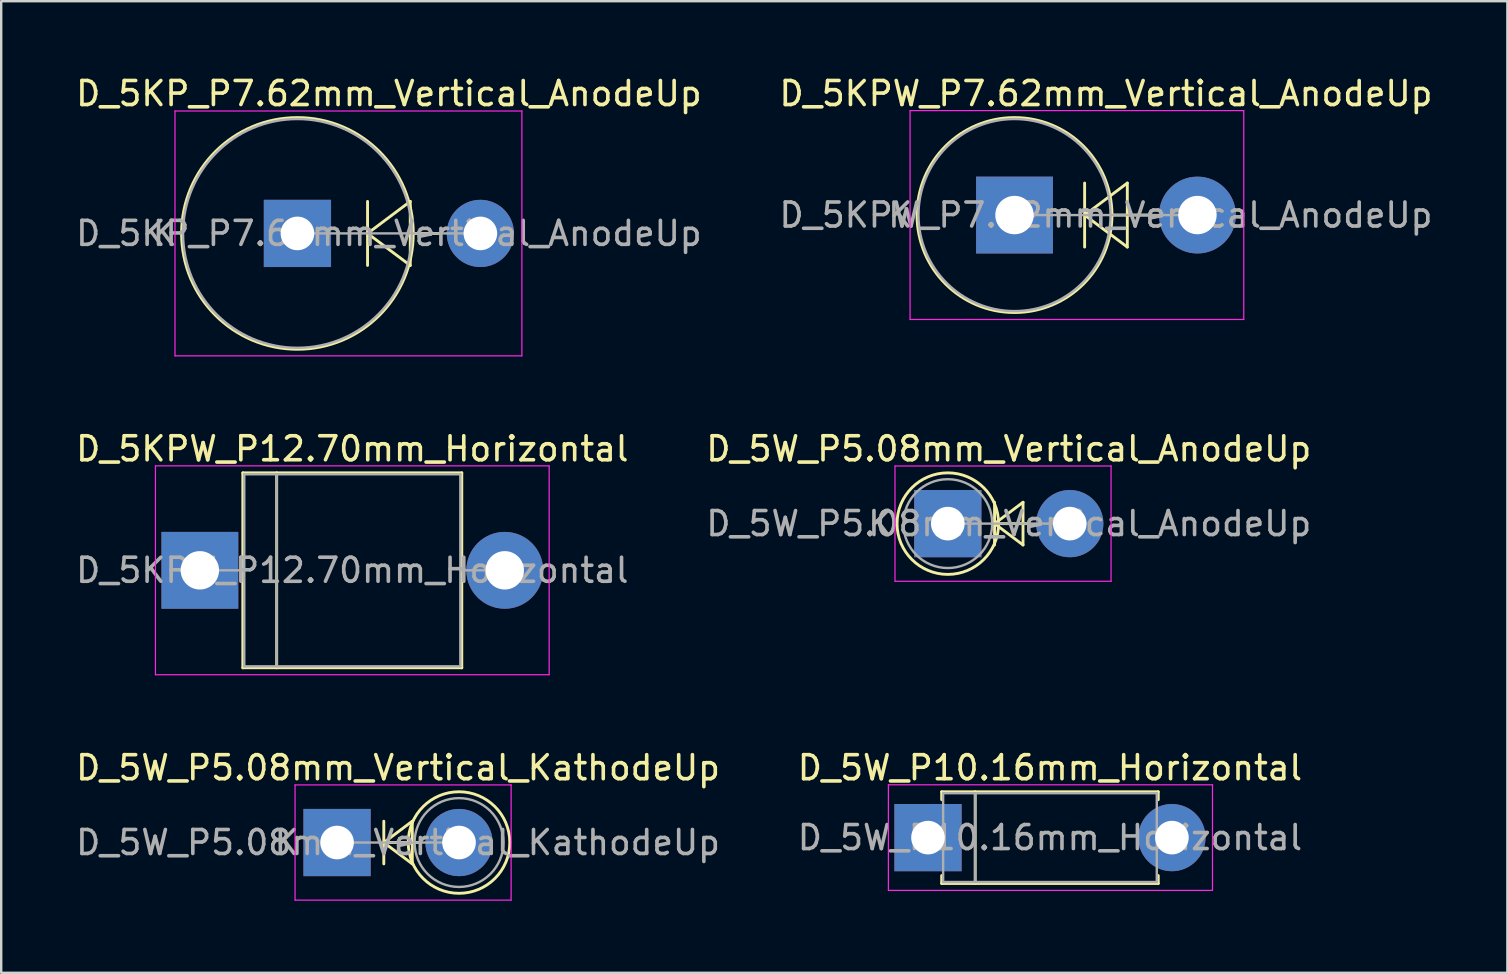
<source format=kicad_pcb>
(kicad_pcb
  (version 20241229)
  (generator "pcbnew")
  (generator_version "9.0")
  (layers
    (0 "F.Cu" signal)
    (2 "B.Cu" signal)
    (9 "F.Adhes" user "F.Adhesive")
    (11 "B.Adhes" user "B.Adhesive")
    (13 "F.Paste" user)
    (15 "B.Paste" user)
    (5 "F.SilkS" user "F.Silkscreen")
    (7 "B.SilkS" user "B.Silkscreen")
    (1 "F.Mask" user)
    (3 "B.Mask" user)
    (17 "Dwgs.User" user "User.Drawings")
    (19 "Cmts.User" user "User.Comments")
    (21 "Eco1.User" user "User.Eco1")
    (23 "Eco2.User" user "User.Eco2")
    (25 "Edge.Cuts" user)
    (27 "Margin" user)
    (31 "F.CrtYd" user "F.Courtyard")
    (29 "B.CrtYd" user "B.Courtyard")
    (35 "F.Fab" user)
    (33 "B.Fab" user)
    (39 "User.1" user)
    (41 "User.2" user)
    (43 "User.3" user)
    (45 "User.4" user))
  (footprint "D_5KPW_P12.70mm_Horizontal"
    (layer "F.Cu")
    (at 5.275 20.706)
    (property "Reference" "D_5KPW_P12.70mm_Horizontal" (at 6.35 -5.06 0) (layer "F.SilkS") (effects (font (size 1 1) (thickness 0.15))))
    (attr through_hole)
    (fp_line (start 1.78 0) (end 1.79 0) (stroke (width 0.12) (type solid)) (layer "F.SilkS"))
    (fp_line (start 1.79 -4.06) (end 1.79 4.06) (stroke (width 0.12) (type solid)) (layer "F.SilkS"))
    (fp_line (start 1.79 4.06) (end 10.91 4.06) (stroke (width 0.12) (type solid)) (layer "F.SilkS"))
    (fp_line (start 3.2 -4.06) (end 3.2 4.06) (stroke (width 0.12) (type solid)) (layer "F.SilkS"))
    (fp_line (start 10.91 -4.06) (end 1.79 -4.06) (stroke (width 0.12) (type solid)) (layer "F.SilkS"))
    (fp_line (start 10.91 4.06) (end 10.91 -4.06) (stroke (width 0.12) (type solid)) (layer "F.SilkS"))
    (fp_line (start 10.92 0) (end 10.91 0) (stroke (width 0.12) (type solid)) (layer "F.SilkS"))
    (fp_line (start -1.85 -4.35) (end -1.85 4.35) (stroke (width 0.05) (type solid)) (layer "F.CrtYd"))
    (fp_line (start -1.85 4.35) (end 14.55 4.35) (stroke (width 0.05) (type solid)) (layer "F.CrtYd"))
    (fp_line (start 14.55 -4.35) (end -1.85 -4.35) (stroke (width 0.05) (type solid)) (layer "F.CrtYd"))
    (fp_line (start 14.55 4.35) (end 14.55 -4.35) (stroke (width 0.05) (type solid)) (layer "F.CrtYd"))
    (fp_line (start 0 0) (end 1.85 0) (stroke (width 0.1) (type solid)) (layer "F.Fab"))
    (fp_line (start 1.85 -4) (end 1.85 4) (stroke (width 0.1) (type solid)) (layer "F.Fab"))
    (fp_line (start 1.85 4) (end 10.85 4) (stroke (width 0.1) (type solid)) (layer "F.Fab"))
    (fp_line (start 3.2 -4) (end 3.2 4) (stroke (width 0.1) (type solid)) (layer "F.Fab"))
    (fp_line (start 10.85 -4) (end 1.85 -4) (stroke (width 0.1) (type solid)) (layer "F.Fab"))
    (fp_line (start 10.85 4) (end 10.85 -4) (stroke (width 0.1) (type solid)) (layer "F.Fab"))
    (fp_line (start 12.7 0) (end 10.85 0) (stroke (width 0.1) (type solid)) (layer "F.Fab"))
    (fp_text user "${REFERENCE}" (at 6.35 0 0) (layer "F.Fab") (effects (font (size 1 1) (thickness 0.15))))
    (pad "1" thru_hole rect (at 0 0) (size 3.2 3.2) (drill 1.6) (layers "*.Cu" "*.Mask"))
    (pad "2" thru_hole oval (at 12.7 0) (size 3.2 3.2) (drill 1.6) (layers "*.Cu" "*.Mask")))
  (footprint "D_5W_P10.16mm_Horizontal"
    (layer "F.Cu")
    (at 35.605 31.84)
    (property "Reference" "D_5W_P10.16mm_Horizontal" (at 5.08 -2.91 0) (layer "F.SilkS") (effects (font (size 1 1) (thickness 0.15))))
    (attr through_hole)
    (fp_line (start 0.57 -1.91) (end 9.59 -1.91) (stroke (width 0.12) (type solid)) (layer "F.SilkS"))
    (fp_line (start 0.57 -1.58) (end 0.57 -1.91) (stroke (width 0.12) (type solid)) (layer "F.SilkS"))
    (fp_line (start 0.57 1.58) (end 0.57 1.91) (stroke (width 0.12) (type solid)) (layer "F.SilkS"))
    (fp_line (start 0.57 1.91) (end 9.59 1.91) (stroke (width 0.12) (type solid)) (layer "F.SilkS"))
    (fp_line (start 1.965 -1.91) (end 1.965 1.91) (stroke (width 0.12) (type solid)) (layer "F.SilkS"))
    (fp_line (start 9.59 -1.91) (end 9.59 -1.58) (stroke (width 0.12) (type solid)) (layer "F.SilkS"))
    (fp_line (start 9.59 1.91) (end 9.59 1.58) (stroke (width 0.12) (type solid)) (layer "F.SilkS"))
    (fp_line (start -1.65 -2.2) (end -1.65 2.2) (stroke (width 0.05) (type solid)) (layer "F.CrtYd"))
    (fp_line (start -1.65 2.2) (end 11.85 2.2) (stroke (width 0.05) (type solid)) (layer "F.CrtYd"))
    (fp_line (start 11.85 -2.2) (end -1.65 -2.2) (stroke (width 0.05) (type solid)) (layer "F.CrtYd"))
    (fp_line (start 11.85 2.2) (end 11.85 -2.2) (stroke (width 0.05) (type solid)) (layer "F.CrtYd"))
    (fp_line (start 0 0) (end 0.63 0) (stroke (width 0.1) (type solid)) (layer "F.Fab"))
    (fp_line (start 0.63 -1.85) (end 0.63 1.85) (stroke (width 0.1) (type solid)) (layer "F.Fab"))
    (fp_line (start 0.63 1.85) (end 9.53 1.85) (stroke (width 0.1) (type solid)) (layer "F.Fab"))
    (fp_line (start 1.965 -1.85) (end 1.965 1.85) (stroke (width 0.1) (type solid)) (layer "F.Fab"))
    (fp_line (start 9.53 -1.85) (end 0.63 -1.85) (stroke (width 0.1) (type solid)) (layer "F.Fab"))
    (fp_line (start 9.53 1.85) (end 9.53 -1.85) (stroke (width 0.1) (type solid)) (layer "F.Fab"))
    (fp_line (start 10.16 0) (end 9.53 0) (stroke (width 0.1) (type solid)) (layer "F.Fab"))
    (fp_text user "${REFERENCE}" (at 5.08 0 0) (layer "F.Fab") (effects (font (size 1 1) (thickness 0.15))))
    (pad "1" thru_hole rect (at 0 0) (size 2.8 2.8) (drill 1.4) (layers "*.Cu" "*.Mask"))
    (pad "2" thru_hole oval (at 10.16 0) (size 2.8 2.8) (drill 1.4) (layers "*.Cu" "*.Mask")))
  (footprint "D_5KP_P7.62mm_Vertical_AnodeUp"
    (layer "F.Cu")
    (at 9.339 6.673)
    (property "Reference" "D_5KP_P7.62mm_Vertical_AnodeUp" (at 3.81 -5.825 0) (layer "F.SilkS") (effects (font (size 1 1) (thickness 0.15))))
    (attr through_hole)
    (fp_line (start 2.921 -1.333) (end 2.921 1.333) (stroke (width 0.12) (type solid)) (layer "F.SilkS"))
    (fp_line (start 2.921 0) (end 4.699 -1.333) (stroke (width 0.12) (type solid)) (layer "F.SilkS"))
    (fp_line (start 4.699 -1.333) (end 4.699 1.333) (stroke (width 0.12) (type solid)) (layer "F.SilkS"))
    (fp_line (start 4.699 1.333) (end 2.921 0) (stroke (width 0.12) (type solid)) (layer "F.SilkS"))
    (fp_line (start 4.825 0) (end 5.92 0) (stroke (width 0.12) (type solid)) (layer "F.SilkS"))
    (fp_circle (center 0 0) (end 4.825 0) (stroke (width 0.12) (type solid)) (fill no) (layer "F.SilkS"))
    (fp_line (start -5.1 -5.1) (end -5.1 5.1) (stroke (width 0.05) (type solid)) (layer "F.CrtYd"))
    (fp_line (start -5.1 5.1) (end 9.35 5.1) (stroke (width 0.05) (type solid)) (layer "F.CrtYd"))
    (fp_line (start 9.35 -5.1) (end -5.1 -5.1) (stroke (width 0.05) (type solid)) (layer "F.CrtYd"))
    (fp_line (start 9.35 5.1) (end 9.35 -5.1) (stroke (width 0.05) (type solid)) (layer "F.CrtYd"))
    (fp_line (start 0 0) (end 7.62 0) (stroke (width 0.1) (type solid)) (layer "F.Fab"))
    (fp_circle (center 0 0) (end 4.765 0) (stroke (width 0.1) (type solid)) (fill no) (layer "F.Fab"))
    (fp_text user "${REFERENCE}" (at 3.81 0 0) (layer "F.Fab") (effects (font (size 1 1) (thickness 0.15))))
    (fp_text user "K" (at -5.525 0 0) (layer "F.Fab") (effects (font (size 1 1) (thickness 0.15))))
    (pad "1" thru_hole rect (at 0 0) (size 2.8 2.8) (drill 1.4) (layers "*.Cu" "*.Mask"))
    (pad "2" thru_hole oval (at 7.62 0) (size 2.8 2.8) (drill 1.4) (layers "*.Cu" "*.Mask")))
  (footprint "D_5KPW_P7.62mm_Vertical_AnodeUp"
    (layer "F.Cu")
    (at 39.208 5.908)
    (property "Reference" "D_5KPW_P7.62mm_Vertical_AnodeUp" (at 3.81 -5.06 0) (layer "F.SilkS") (effects (font (size 1 1) (thickness 0.15))))
    (attr through_hole)
    (fp_line (start 2.921 -1.333) (end 2.921 1.333) (stroke (width 0.12) (type solid)) (layer "F.SilkS"))
    (fp_line (start 2.921 0) (end 4.699 -1.333) (stroke (width 0.12) (type solid)) (layer "F.SilkS"))
    (fp_line (start 4.06 0) (end 5.72 0) (stroke (width 0.12) (type solid)) (layer "F.SilkS"))
    (fp_line (start 4.699 -1.333) (end 4.699 1.333) (stroke (width 0.12) (type solid)) (layer "F.SilkS"))
    (fp_line (start 4.699 1.333) (end 2.921 0) (stroke (width 0.12) (type solid)) (layer "F.SilkS"))
    (fp_circle (center 0 0) (end 4.06 0) (stroke (width 0.12) (type solid)) (fill no) (layer "F.SilkS"))
    (fp_line (start -4.35 -4.35) (end -4.35 4.35) (stroke (width 0.05) (type solid)) (layer "F.CrtYd"))
    (fp_line (start -4.35 4.35) (end 9.55 4.35) (stroke (width 0.05) (type solid)) (layer "F.CrtYd"))
    (fp_line (start 9.55 -4.35) (end -4.35 -4.35) (stroke (width 0.05) (type solid)) (layer "F.CrtYd"))
    (fp_line (start 9.55 4.35) (end 9.55 -4.35) (stroke (width 0.05) (type solid)) (layer "F.CrtYd"))
    (fp_line (start 0 0) (end 7.62 0) (stroke (width 0.1) (type solid)) (layer "F.Fab"))
    (fp_circle (center 0 0) (end 4 0) (stroke (width 0.1) (type solid)) (fill no) (layer "F.Fab"))
    (fp_text user "K" (at -4.76 0 0) (layer "F.Fab") (effects (font (size 1 1) (thickness 0.15))))
    (fp_text user "${REFERENCE}" (at 3.81 0 0) (layer "F.Fab") (effects (font (size 1 1) (thickness 0.15))))
    (pad "1" thru_hole rect (at 0 0) (size 3.2 3.2) (drill 1.6) (layers "*.Cu" "*.Mask"))
    (pad "2" thru_hole oval (at 7.62 0) (size 3.2 3.2) (drill 1.6) (layers "*.Cu" "*.Mask")))
  (footprint "D_5W_P5.08mm_Vertical_KathodeUp"
    (layer "F.Cu")
    (at 10.99 32.045)
    (property "Reference" "D_5W_P5.08mm_Vertical_KathodeUp" (at 2.54 -3.115 0) (layer "F.SilkS") (effects (font (size 1 1) (thickness 0.15))))
    (attr through_hole)
    (fp_line (start 1.947 -0.889) (end 1.947 0.889) (stroke (width 0.12) (type solid)) (layer "F.SilkS"))
    (fp_line (start 1.947 0) (end 3.133 -0.889) (stroke (width 0.12) (type solid)) (layer "F.SilkS"))
    (fp_line (start 2.115 0) (end 3.38 0) (stroke (width 0.12) (type solid)) (layer "F.SilkS"))
    (fp_line (start 3.133 -0.889) (end 3.133 0.889) (stroke (width 0.12) (type solid)) (layer "F.SilkS"))
    (fp_line (start 3.133 0.889) (end 1.947 0) (stroke (width 0.12) (type solid)) (layer "F.SilkS"))
    (fp_circle (center 5.08 0) (end 7.195 0) (stroke (width 0.12) (type solid)) (fill no) (layer "F.SilkS"))
    (fp_line (start -1.75 -2.4) (end -1.75 2.4) (stroke (width 0.05) (type solid)) (layer "F.CrtYd"))
    (fp_line (start -1.75 2.4) (end 7.25 2.4) (stroke (width 0.05) (type solid)) (layer "F.CrtYd"))
    (fp_line (start 7.25 -2.4) (end -1.75 -2.4) (stroke (width 0.05) (type solid)) (layer "F.CrtYd"))
    (fp_line (start 7.25 2.4) (end 7.25 -2.4) (stroke (width 0.05) (type solid)) (layer "F.CrtYd"))
    (fp_line (start 0 0) (end 5.08 0) (stroke (width 0.1) (type solid)) (layer "F.Fab"))
    (fp_circle (center 5.08 0) (end 6.93 0) (stroke (width 0.1) (type solid)) (fill no) (layer "F.Fab"))
    (fp_text user "${REFERENCE}" (at 2.54 0 0) (layer "F.Fab") (effects (font (size 1 1) (thickness 0.15))))
    (fp_text user "K" (at -2.1 0 0) (layer "F.Fab") (effects (font (size 1 1) (thickness 0.15))))
    (pad "1" thru_hole rect (at 0 0) (size 2.8 2.8) (drill 1.4) (layers "*.Cu" "*.Mask"))
    (pad "2" thru_hole oval (at 5.08 0) (size 2.8 2.8) (drill 1.4) (layers "*.Cu" "*.Mask")))
  (footprint "D_5W_P5.08mm_Vertical_AnodeUp"
    (layer "F.Cu")
    (at 36.43 18.761)
    (property "Reference" "D_5W_P5.08mm_Vertical_AnodeUp" (at 2.54 -3.115 0) (layer "F.SilkS") (effects (font (size 1 1) (thickness 0.15))))
    (attr through_hole)
    (fp_line (start 1.947 -0.889) (end 1.947 0.889) (stroke (width 0.12) (type solid)) (layer "F.SilkS"))
    (fp_line (start 1.947 0) (end 3.133 -0.889) (stroke (width 0.12) (type solid)) (layer "F.SilkS"))
    (fp_line (start 2.115 0) (end 3.38 0) (stroke (width 0.12) (type solid)) (layer "F.SilkS"))
    (fp_line (start 3.133 -0.889) (end 3.133 0.889) (stroke (width 0.12) (type solid)) (layer "F.SilkS"))
    (fp_line (start 3.133 0.889) (end 1.947 0) (stroke (width 0.12) (type solid)) (layer "F.SilkS"))
    (fp_circle (center 0 0) (end 2.115 0) (stroke (width 0.12) (type solid)) (fill no) (layer "F.SilkS"))
    (fp_line (start -2.2 -2.4) (end -2.2 2.4) (stroke (width 0.05) (type solid)) (layer "F.CrtYd"))
    (fp_line (start -2.2 2.4) (end 6.8 2.4) (stroke (width 0.05) (type solid)) (layer "F.CrtYd"))
    (fp_line (start 6.8 -2.4) (end -2.2 -2.4) (stroke (width 0.05) (type solid)) (layer "F.CrtYd"))
    (fp_line (start 6.8 2.4) (end 6.8 -2.4) (stroke (width 0.05) (type solid)) (layer "F.CrtYd"))
    (fp_line (start 0 0) (end 5.08 0) (stroke (width 0.1) (type solid)) (layer "F.Fab"))
    (fp_circle (center 0 0) (end 1.85 0) (stroke (width 0.1) (type solid)) (fill no) (layer "F.Fab"))
    (fp_text user "${REFERENCE}" (at 2.54 0 0) (layer "F.Fab") (effects (font (size 1 1) (thickness 0.15))))
    (fp_text user "K" (at -2.815 0 0) (layer "F.Fab") (effects (font (size 1 1) (thickness 0.15))))
    (pad "1" thru_hole rect (at 0 0) (size 2.8 2.8) (drill 1.4) (layers "*.Cu" "*.Mask"))
    (pad "2" thru_hole oval (at 5.08 0) (size 2.8 2.8) (drill 1.4) (layers "*.Cu" "*.Mask")))
  (gr_rect
    (start -3 -3)
    (end 59.738 37.47)
    (stroke (width 0.1) (type default))
    (fill no)
    (layer "Edge.Cuts")))
</source>
